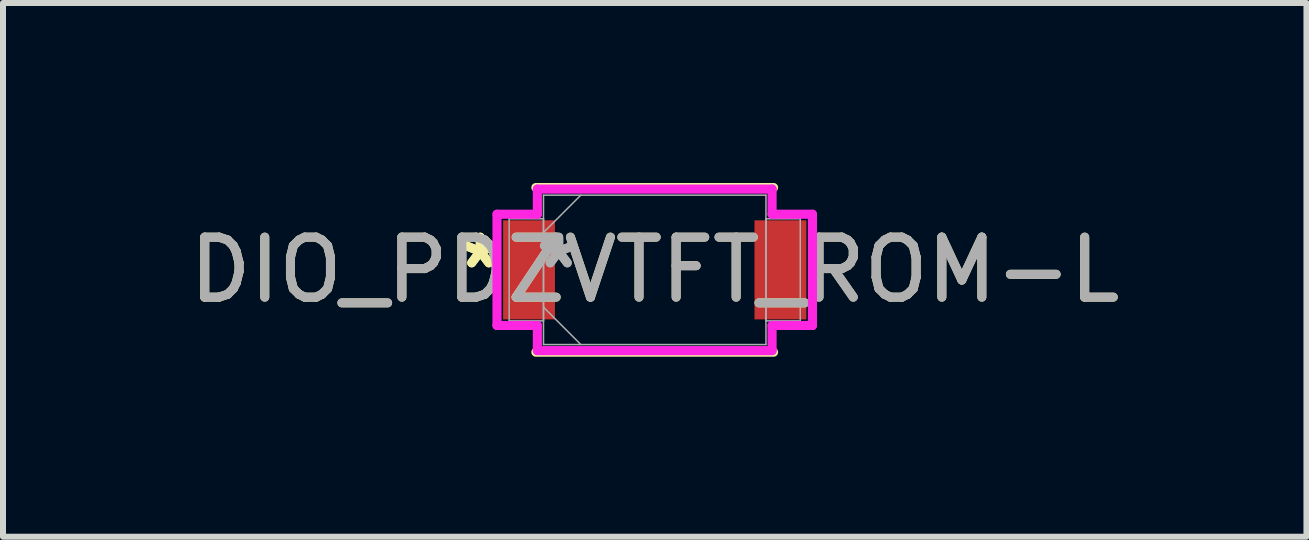
<source format=kicad_pcb>
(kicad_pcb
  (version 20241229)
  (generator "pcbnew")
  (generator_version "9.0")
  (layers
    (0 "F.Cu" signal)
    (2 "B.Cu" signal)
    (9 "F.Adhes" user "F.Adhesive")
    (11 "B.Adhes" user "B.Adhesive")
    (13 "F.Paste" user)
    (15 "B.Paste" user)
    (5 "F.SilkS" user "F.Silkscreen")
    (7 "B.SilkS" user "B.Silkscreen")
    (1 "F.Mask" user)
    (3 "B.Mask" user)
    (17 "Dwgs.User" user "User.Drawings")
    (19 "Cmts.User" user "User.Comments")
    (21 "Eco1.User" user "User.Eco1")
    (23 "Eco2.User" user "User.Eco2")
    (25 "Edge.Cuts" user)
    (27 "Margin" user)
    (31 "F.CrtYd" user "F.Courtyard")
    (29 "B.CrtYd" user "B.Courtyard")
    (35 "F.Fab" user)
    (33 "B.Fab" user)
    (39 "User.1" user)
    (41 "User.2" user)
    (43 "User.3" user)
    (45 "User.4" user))
  (footprint "DIO_PDZVTFT_ROM-L"
    (layer "F.Cu")
    (at 7.863 1.448)
    (property "Reference" "DIO_PDZVTFT_ROM-L" (at 0 0 0) (unlocked yes) (layer "F.SilkS") (effects (font (size 1 1) (thickness 0.15))))
    (attr smd)
    (fp_line (start -1.981 1.372) (end 1.981 1.372) (stroke (width 0.152) (type solid)) (layer "F.SilkS"))
    (fp_line (start 1.981 -1.372) (end -1.981 -1.372) (stroke (width 0.152) (type solid)) (layer "F.SilkS"))
    (fp_line (start -2.629 -0.927) (end -1.956 -0.927) (stroke (width 0.152) (type solid)) (layer "F.CrtYd"))
    (fp_line (start -2.629 0.927) (end -2.629 -0.927) (stroke (width 0.152) (type solid)) (layer "F.CrtYd"))
    (fp_line (start -1.956 -1.346) (end 1.956 -1.346) (stroke (width 0.152) (type solid)) (layer "F.CrtYd"))
    (fp_line (start -1.956 -0.927) (end -1.956 -1.346) (stroke (width 0.152) (type solid)) (layer "F.CrtYd"))
    (fp_line (start -1.956 0.927) (end -2.629 0.927) (stroke (width 0.152) (type solid)) (layer "F.CrtYd"))
    (fp_line (start -1.956 1.346) (end -1.956 0.927) (stroke (width 0.152) (type solid)) (layer "F.CrtYd"))
    (fp_line (start 1.956 -1.346) (end 1.956 -0.927) (stroke (width 0.152) (type solid)) (layer "F.CrtYd"))
    (fp_line (start 1.956 -0.927) (end 2.629 -0.927) (stroke (width 0.152) (type solid)) (layer "F.CrtYd"))
    (fp_line (start 1.956 0.927) (end 1.956 1.346) (stroke (width 0.152) (type solid)) (layer "F.CrtYd"))
    (fp_line (start 1.956 1.346) (end -1.956 1.346) (stroke (width 0.152) (type solid)) (layer "F.CrtYd"))
    (fp_line (start 2.629 -0.927) (end 2.629 0.927) (stroke (width 0.152) (type solid)) (layer "F.CrtYd"))
    (fp_line (start 2.629 0.927) (end 1.956 0.927) (stroke (width 0.152) (type solid)) (layer "F.CrtYd"))
    (fp_line (start -2.426 -0.851) (end -2.426 0.851) (stroke (width 0.025) (type solid)) (layer "F.Fab"))
    (fp_line (start -2.426 0.851) (end -1.854 0.851) (stroke (width 0.025) (type solid)) (layer "F.Fab"))
    (fp_line (start -1.854 -1.245) (end -1.854 1.245) (stroke (width 0.025) (type solid)) (layer "F.Fab"))
    (fp_line (start -1.854 -0.851) (end -2.426 -0.851) (stroke (width 0.025) (type solid)) (layer "F.Fab"))
    (fp_line (start -1.854 -0.622) (end -1.232 -1.245) (stroke (width 0.025) (type solid)) (layer "F.Fab"))
    (fp_line (start -1.854 0.622) (end -1.232 1.245) (stroke (width 0.025) (type solid)) (layer "F.Fab"))
    (fp_line (start -1.854 0.851) (end -1.854 -0.851) (stroke (width 0.025) (type solid)) (layer "F.Fab"))
    (fp_line (start -1.854 1.245) (end 1.854 1.245) (stroke (width 0.025) (type solid)) (layer "F.Fab"))
    (fp_line (start 1.854 -1.245) (end -1.854 -1.245) (stroke (width 0.025) (type solid)) (layer "F.Fab"))
    (fp_line (start 1.854 -0.851) (end 1.854 0.851) (stroke (width 0.025) (type solid)) (layer "F.Fab"))
    (fp_line (start 1.854 0.851) (end 2.426 0.851) (stroke (width 0.025) (type solid)) (layer "F.Fab"))
    (fp_line (start 1.854 1.245) (end 1.854 -1.245) (stroke (width 0.025) (type solid)) (layer "F.Fab"))
    (fp_line (start 2.426 -0.851) (end 1.854 -0.851) (stroke (width 0.025) (type solid)) (layer "F.Fab"))
    (fp_line (start 2.426 0.851) (end 2.426 -0.851) (stroke (width 0.025) (type solid)) (layer "F.Fab"))
    (fp_text user "*" (at -2.908 0 0) (unlocked yes) (layer "F.SilkS") (effects (font (size 1 1) (thickness 0.15))))
    (fp_text user "*" (at -2.908 0 0) (layer "F.SilkS") (effects (font (size 1 1) (thickness 0.15))))
    (fp_text user "*" (at -1.6 0 0) (layer "F.Fab") (effects (font (size 1 1) (thickness 0.15))))
    (fp_text user "${REFERENCE}" (at 0 0 0) (unlocked yes) (layer "F.Fab") (effects (font (size 1 1) (thickness 0.15))))
    (fp_text user "*" (at -1.6 0 0) (unlocked yes) (layer "F.Fab") (effects (font (size 1 1) (thickness 0.15))))
    (pad "1" smd rect (at -2.095 0) (size 0.864 1.651) (layers "F.Cu" "F.Mask" "F.Paste"))
    (pad "2" smd rect (at 2.095 0) (size 0.864 1.651) (layers "F.Cu" "F.Mask" "F.Paste"))
    (zone (net_name "") (layer "F.Cu") (hatch full 0.508) (connect_pads) (min_thickness 0.254) (filled_areas_thickness no) (keepout (tracks not_allowed) (vias not_allowed) (pads allowed) (copperpour not_allowed) (footprints allowed)) (placement (enabled no)) (fill) (polygon (pts (xy 6.25 0.254) (xy 9.476 0.254) (xy 9.476 2.642) (xy 6.25 2.642)))))
  (gr_rect
    (start -3 -3)
    (end 18.726 5.896)
    (stroke (width 0.1) (type default))
    (fill no)
    (layer "Edge.Cuts")))
</source>
